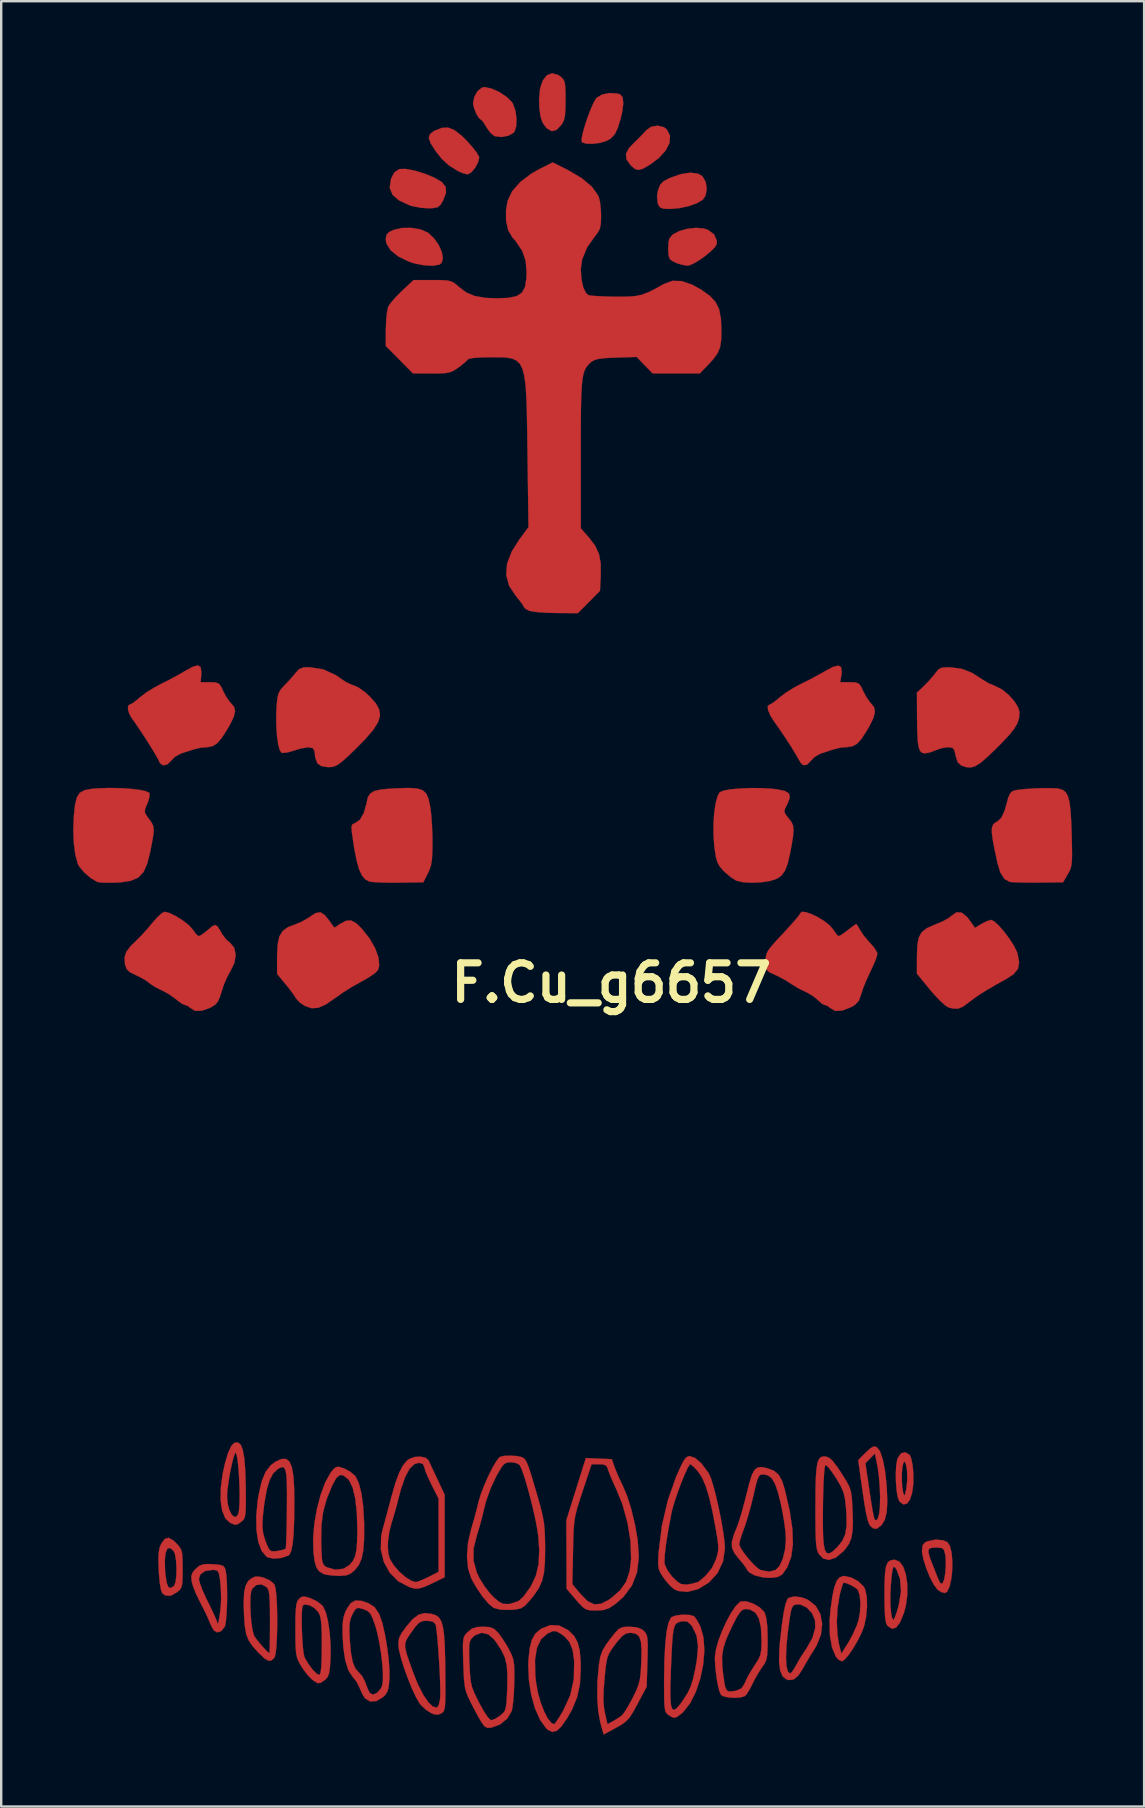
<source format=kicad_pcb>
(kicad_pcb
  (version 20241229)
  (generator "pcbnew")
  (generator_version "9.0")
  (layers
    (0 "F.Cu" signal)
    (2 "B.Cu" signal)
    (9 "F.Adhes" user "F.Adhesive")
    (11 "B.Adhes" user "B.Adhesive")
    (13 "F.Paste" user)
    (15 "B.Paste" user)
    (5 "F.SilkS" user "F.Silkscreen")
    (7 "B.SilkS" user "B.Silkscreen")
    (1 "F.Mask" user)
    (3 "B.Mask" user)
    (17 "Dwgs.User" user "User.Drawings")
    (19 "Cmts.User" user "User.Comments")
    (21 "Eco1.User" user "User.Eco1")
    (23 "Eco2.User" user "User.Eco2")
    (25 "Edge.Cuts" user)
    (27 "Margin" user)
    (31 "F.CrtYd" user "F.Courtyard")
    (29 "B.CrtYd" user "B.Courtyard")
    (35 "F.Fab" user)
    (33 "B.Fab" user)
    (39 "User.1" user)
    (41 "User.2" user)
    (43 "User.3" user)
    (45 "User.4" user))
  (footprint "F.Cu_g6657"
    (layer "F.Cu")
    (at 22.428 37.918)
    (property "Reference" "F.Cu_g6657" (at 0 0 0) (layer "F.SilkS") (effects (font (size 1.524 1.524) (thickness 0.3))))
    (attr through_hole)
    (fp_poly (pts (xy 2.201 -35.663) (xy 2.315 -35.575) (xy 2.449 -35.315) (xy 2.431 -35.017) (xy 2.272 -34.699) (xy 1.979 -34.378) (xy 1.615 -34.106) (xy 1.335 -33.943) (xy 1.141 -33.882) (xy 0.986 -33.924) (xy 0.824 -34.066) (xy 0.8 -34.091) (xy 0.636 -34.327) (xy 0.613 -34.55) (xy 0.736 -34.789) (xy 0.953 -35.018) (xy 1.18 -35.239) (xy 1.376 -35.445) (xy 1.46 -35.541) (xy 1.67 -35.688) (xy 1.941 -35.73) (xy 2.201 -35.663)) (stroke (width 0.01) (type solid)) (fill yes) (layer "F.Cu"))
    (fp_poly (pts (xy -7.952 -31.406) (xy -7.648 -31.276) (xy -7.625 -31.26) (xy -7.381 -31.028) (xy -7.19 -30.752) (xy -7.065 -30.468) (xy -7.019 -30.211) (xy -7.064 -30.019) (xy -7.161 -29.939) (xy -7.443 -29.891) (xy -7.815 -29.911) (xy -8.217 -29.992) (xy -8.441 -30.065) (xy -8.883 -30.282) (xy -9.198 -30.539) (xy -9.37 -30.818) (xy -9.398 -30.984) (xy -9.374 -31.17) (xy -9.27 -31.289) (xy -9.081 -31.383) (xy -8.738 -31.465) (xy -8.338 -31.47) (xy -7.952 -31.406)) (stroke (width 0.01) (type solid)) (fill yes) (layer "F.Cu"))
    (fp_poly (pts (xy 3.624 -33.728) (xy 3.8 -33.622) (xy 3.939 -33.386) (xy 3.982 -33.093) (xy 3.93 -32.814) (xy 3.818 -32.646) (xy 3.574 -32.499) (xy 3.22 -32.373) (xy 2.815 -32.288) (xy 2.44 -32.258) (xy 2.185 -32.269) (xy 2.045 -32.317) (xy 1.965 -32.426) (xy 1.944 -32.478) (xy 1.907 -32.795) (xy 1.951 -33.035) (xy 2.032 -33.255) (xy 2.163 -33.401) (xy 2.395 -33.529) (xy 2.439 -33.549) (xy 2.898 -33.71) (xy 3.302 -33.771) (xy 3.624 -33.728)) (stroke (width 0.01) (type solid)) (fill yes) (layer "F.Cu"))
    (fp_poly (pts (xy -8.209 -33.861) (xy -7.782 -33.73) (xy -7.39 -33.571) (xy -7.067 -33.385) (xy -6.902 -33.178) (xy -6.888 -32.926) (xy -7.005 -32.619) (xy -7.119 -32.426) (xy -7.24 -32.329) (xy -7.434 -32.292) (xy -7.586 -32.284) (xy -7.93 -32.305) (xy -8.297 -32.378) (xy -8.412 -32.414) (xy -8.844 -32.613) (xy -9.113 -32.845) (xy -9.225 -33.114) (xy -9.229 -33.179) (xy -9.178 -33.517) (xy -9.043 -33.777) (xy -8.844 -33.917) (xy -8.831 -33.921) (xy -8.573 -33.928) (xy -8.209 -33.861)) (stroke (width 0.01) (type solid)) (fill yes) (layer "F.Cu"))
    (fp_poly (pts (xy -2.214 -37.845) (xy -2.11 -37.773) (xy -2.014 -37.683) (xy -1.954 -37.576) (xy -1.921 -37.413) (xy -1.908 -37.155) (xy -1.905 -36.801) (xy -1.91 -36.405) (xy -1.931 -36.135) (xy -1.975 -35.949) (xy -2.049 -35.805) (xy -2.083 -35.757) (xy -2.288 -35.547) (xy -2.48 -35.501) (xy -2.677 -35.614) (xy -2.702 -35.637) (xy -2.855 -35.843) (xy -2.95 -36.114) (xy -2.997 -36.489) (xy -3.006 -36.845) (xy -2.965 -37.284) (xy -2.851 -37.619) (xy -2.679 -37.833) (xy -2.462 -37.913) (xy -2.214 -37.845)) (stroke (width 0.01) (type solid)) (fill yes) (layer "F.Cu"))
    (fp_poly (pts (xy 3.854 -31.445) (xy 4.04 -31.381) (xy 4.286 -31.198) (xy 4.392 -30.954) (xy 4.403 -30.813) (xy 4.335 -30.682) (xy 4.161 -30.502) (xy 3.92 -30.302) (xy 3.655 -30.114) (xy 3.406 -29.969) (xy 3.215 -29.897) (xy 3.179 -29.894) (xy 2.973 -29.927) (xy 2.752 -29.991) (xy 2.554 -30.083) (xy 2.435 -30.175) (xy 2.391 -30.333) (xy 2.374 -30.58) (xy 2.385 -30.839) (xy 2.423 -31.027) (xy 2.57 -31.198) (xy 2.835 -31.337) (xy 3.171 -31.431) (xy 3.526 -31.471) (xy 3.854 -31.445)) (stroke (width 0.01) (type solid)) (fill yes) (layer "F.Cu"))
    (fp_poly (pts (xy -6.535 -35.545) (xy -6.237 -35.311) (xy -6.025 -35.102) (xy -5.79 -34.841) (xy -5.611 -34.609) (xy -5.513 -34.443) (xy -5.504 -34.403) (xy -5.552 -34.2) (xy -5.672 -33.977) (xy -5.824 -33.793) (xy -5.968 -33.703) (xy -5.989 -33.701) (xy -6.166 -33.742) (xy -6.386 -33.837) (xy -6.392 -33.84) (xy -6.763 -34.072) (xy -7.064 -34.349) (xy -7.333 -34.69) (xy -7.529 -34.997) (xy -7.604 -35.216) (xy -7.559 -35.374) (xy -7.396 -35.502) (xy -7.37 -35.515) (xy -7.068 -35.636) (xy -6.801 -35.65) (xy -6.535 -35.545)) (stroke (width 0.01) (type solid)) (fill yes) (layer "F.Cu"))
    (fp_poly (pts (xy 0.261 -37.067) (xy 0.374 -37.033) (xy 0.477 -36.905) (xy 0.502 -36.64) (xy 0.447 -36.252) (xy 0.392 -36.022) (xy 0.271 -35.628) (xy 0.142 -35.365) (xy -0.02 -35.194) (xy -0.216 -35.087) (xy -0.477 -35.011) (xy -0.765 -34.974) (xy -1.024 -34.978) (xy -1.198 -35.025) (xy -1.23 -35.055) (xy -1.234 -35.184) (xy -1.185 -35.426) (xy -1.097 -35.739) (xy -0.983 -36.081) (xy -0.858 -36.411) (xy -0.736 -36.686) (xy -0.631 -36.865) (xy -0.618 -36.881) (xy -0.386 -37.026) (xy -0.07 -37.091) (xy 0.261 -37.067)) (stroke (width 0.01) (type solid)) (fill yes) (layer "F.Cu"))
    (fp_poly (pts (xy -4.998 -37.28) (xy -4.669 -37.132) (xy -4.361 -36.93) (xy -4.138 -36.709) (xy -4.094 -36.639) (xy -3.994 -36.356) (xy -3.949 -36.03) (xy -3.959 -35.723) (xy -4.026 -35.492) (xy -4.065 -35.438) (xy -4.286 -35.312) (xy -4.577 -35.257) (xy -4.847 -35.289) (xy -4.871 -35.299) (xy -5.021 -35.418) (xy -5.176 -35.622) (xy -5.208 -35.677) (xy -5.325 -35.869) (xy -5.417 -35.975) (xy -5.436 -35.983) (xy -5.522 -36.055) (xy -5.624 -36.228) (xy -5.711 -36.441) (xy -5.756 -36.633) (xy -5.757 -36.661) (xy -5.704 -36.939) (xy -5.569 -37.174) (xy -5.386 -37.317) (xy -5.287 -37.338) (xy -4.998 -37.28)) (stroke (width 0.01) (type solid)) (fill yes) (layer "F.Cu"))
    (fp_poly (pts (xy 12.438 19.675) (xy 12.449 19.688) (xy 12.507 19.834) (xy 12.559 20.094) (xy 12.592 20.414) (xy 12.593 20.429) (xy 12.594 20.88) (xy 12.544 21.255) (xy 12.453 21.537) (xy 12.329 21.705) (xy 12.182 21.743) (xy 12.021 21.63) (xy 12.015 21.623) (xy 11.946 21.454) (xy 11.896 21.167) (xy 11.867 20.813) (xy 11.866 20.734) (xy 12.113 20.734) (xy 12.132 21.037) (xy 12.169 21.251) (xy 12.207 21.357) (xy 12.241 21.337) (xy 12.282 21.175) (xy 12.304 21.059) (xy 12.339 20.713) (xy 12.331 20.35) (xy 12.321 20.262) (xy 12.274 20.03) (xy 12.224 19.956) (xy 12.186 19.988) (xy 12.141 20.149) (xy 12.116 20.418) (xy 12.113 20.734) (xy 11.866 20.734) (xy 11.86 20.442) (xy 11.879 20.104) (xy 11.924 19.851) (xy 11.939 19.809) (xy 12.08 19.612) (xy 12.258 19.565) (xy 12.438 19.675)) (stroke (width 0.01) (type solid)) (fill yes) (layer "F.Cu"))
    (fp_poly (pts (xy -8.088 -8.101) (xy -7.857 -8.027) (xy -7.708 -7.886) (xy -7.613 -7.661) (xy -7.545 -7.342) (xy -7.504 -7.02) (xy -7.473 -6.596) (xy -7.454 -6.135) (xy -7.451 -5.874) (xy -7.456 -5.437) (xy -7.475 -5.125) (xy -7.515 -4.893) (xy -7.582 -4.695) (xy -7.641 -4.569) (xy -7.832 -4.191) (xy -8.848 -4.177) (xy -9.265 -4.176) (xy -9.638 -4.185) (xy -9.923 -4.202) (xy -10.072 -4.222) (xy -10.242 -4.306) (xy -10.383 -4.465) (xy -10.504 -4.717) (xy -10.609 -5.081) (xy -10.707 -5.574) (xy -10.803 -6.217) (xy -10.813 -6.292) (xy -10.828 -6.509) (xy -10.781 -6.616) (xy -10.674 -6.663) (xy -10.477 -6.797) (xy -10.316 -7.073) (xy -10.204 -7.466) (xy -10.193 -7.53) (xy -10.142 -7.741) (xy -10.048 -7.891) (xy -9.885 -7.992) (xy -9.625 -8.055) (xy -9.241 -8.094) (xy -8.913 -8.111) (xy -8.431 -8.124) (xy -8.088 -8.101)) (stroke (width 0.01) (type solid)) (fill yes) (layer "F.Cu"))
    (fp_poly (pts (xy -11.946 -2.831) (xy -11.783 -2.631) (xy -11.542 -2.298) (xy -11.296 -2.461) (xy -11.046 -2.59) (xy -10.835 -2.599) (xy -10.62 -2.477) (xy -10.403 -2.265) (xy -10.078 -1.855) (xy -9.839 -1.44) (xy -9.7 -1.051) (xy -9.671 -0.717) (xy -9.725 -0.529) (xy -9.84 -0.414) (xy -10.064 -0.256) (xy -10.355 -0.085) (xy -10.432 -0.044) (xy -10.809 0.168) (xy -11.204 0.416) (xy -11.53 0.647) (xy -11.906 0.906) (xy -12.213 1.04) (xy -12.487 1.057) (xy -12.761 0.966) (xy -12.767 0.963) (xy -12.982 0.819) (xy -13.131 0.658) (xy -13.139 0.644) (xy -13.242 0.485) (xy -13.415 0.253) (xy -13.58 0.048) (xy -13.928 -0.37) (xy -13.928 -1.11) (xy -13.907 -1.588) (xy -13.834 -1.931) (xy -13.692 -2.167) (xy -13.466 -2.327) (xy -13.224 -2.417) (xy -12.916 -2.542) (xy -12.62 -2.711) (xy -12.576 -2.743) (xy -12.318 -2.91) (xy -12.124 -2.942) (xy -11.946 -2.831)) (stroke (width 0.01) (type solid)) (fill yes) (layer "F.Cu"))
    (fp_poly (pts (xy 18.596 -8.103) (xy 18.652 -8.094) (xy 18.817 -8.044) (xy 18.943 -7.947) (xy 19.036 -7.783) (xy 19.102 -7.53) (xy 19.146 -7.168) (xy 19.176 -6.674) (xy 19.192 -6.181) (xy 19.204 -5.678) (xy 19.208 -5.314) (xy 19.199 -5.055) (xy 19.175 -4.87) (xy 19.132 -4.728) (xy 19.068 -4.596) (xy 19.03 -4.53) (xy 18.833 -4.191) (xy 17.82 -4.18) (xy 17.405 -4.179) (xy 17.037 -4.184) (xy 16.757 -4.194) (xy 16.614 -4.207) (xy 16.391 -4.33) (xy 16.218 -4.603) (xy 16.099 -4.995) (xy 15.981 -5.547) (xy 15.903 -5.958) (xy 15.865 -6.252) (xy 15.867 -6.453) (xy 15.91 -6.585) (xy 15.992 -6.672) (xy 16.102 -6.732) (xy 16.254 -6.874) (xy 16.392 -7.161) (xy 16.519 -7.605) (xy 16.544 -7.716) (xy 16.633 -7.906) (xy 16.742 -8.001) (xy 16.925 -8.042) (xy 17.227 -8.077) (xy 17.596 -8.103) (xy 17.981 -8.117) (xy 18.331 -8.118) (xy 18.596 -8.103)) (stroke (width 0.01) (type solid)) (fill yes) (layer "F.Cu"))
    (fp_poly (pts (xy -20.48 -8.117) (xy -20.048 -8.091) (xy -19.678 -8.047) (xy -19.404 -7.99) (xy -19.258 -7.923) (xy -19.245 -7.904) (xy -19.248 -7.754) (xy -19.313 -7.529) (xy -19.345 -7.453) (xy -19.431 -7.246) (xy -19.441 -7.107) (xy -19.365 -6.962) (xy -19.262 -6.824) (xy -19.158 -6.679) (xy -19.095 -6.549) (xy -19.07 -6.396) (xy -19.084 -6.184) (xy -19.135 -5.878) (xy -19.217 -5.461) (xy -19.341 -4.967) (xy -19.498 -4.618) (xy -19.717 -4.388) (xy -20.024 -4.254) (xy -20.447 -4.189) (xy -20.634 -4.179) (xy -20.965 -4.173) (xy -21.24 -4.181) (xy -21.406 -4.201) (xy -21.421 -4.206) (xy -21.693 -4.367) (xy -21.964 -4.599) (xy -22.171 -4.845) (xy -22.231 -4.955) (xy -22.337 -5.33) (xy -22.402 -5.826) (xy -22.423 -6.4) (xy -22.397 -6.98) (xy -22.349 -7.425) (xy -22.276 -7.73) (xy -22.151 -7.922) (xy -21.95 -8.032) (xy -21.646 -8.088) (xy -21.401 -8.108) (xy -20.942 -8.124) (xy -20.48 -8.117)) (stroke (width 0.01) (type solid)) (fill yes) (layer "F.Cu"))
    (fp_poly (pts (xy 12.014 24.123) (xy 12.17 24.336) (xy 12.28 24.654) (xy 12.339 25.046) (xy 12.344 25.483) (xy 12.287 25.933) (xy 12.198 26.271) (xy 12.039 26.657) (xy 11.873 26.876) (xy 11.702 26.925) (xy 11.524 26.807) (xy 11.504 26.783) (xy 11.453 26.669) (xy 11.417 26.457) (xy 11.397 26.126) (xy 11.388 25.653) (xy 11.388 25.553) (xy 11.633 25.553) (xy 11.637 25.918) (xy 11.66 26.227) (xy 11.698 26.447) (xy 11.749 26.544) (xy 11.77 26.542) (xy 11.823 26.446) (xy 11.9 26.232) (xy 11.981 25.958) (xy 12.078 25.371) (xy 12.038 24.847) (xy 11.898 24.469) (xy 11.824 24.357) (xy 11.769 24.344) (xy 11.727 24.447) (xy 11.692 24.681) (xy 11.658 25.064) (xy 11.65 25.165) (xy 11.633 25.553) (xy 11.388 25.553) (xy 11.388 25.484) (xy 11.393 24.954) (xy 11.415 24.57) (xy 11.459 24.31) (xy 11.532 24.151) (xy 11.642 24.07) (xy 11.795 24.046) (xy 11.819 24.045) (xy 12.014 24.123)) (stroke (width 0.01) (type solid)) (fill yes) (layer "F.Cu"))
    (fp_poly (pts (xy 13.848 23.237) (xy 14.015 23.317) (xy 14.121 23.48) (xy 14.188 23.757) (xy 14.218 24.106) (xy 14.213 24.483) (xy 14.175 24.848) (xy 14.105 25.156) (xy 14.006 25.367) (xy 13.928 25.431) (xy 13.785 25.411) (xy 13.609 25.299) (xy 13.6 25.291) (xy 13.445 25.085) (xy 13.28 24.768) (xy 13.129 24.398) (xy 13.014 24.031) (xy 12.96 23.742) (xy 13.221 23.742) (xy 13.289 23.979) (xy 13.386 24.233) (xy 13.499 24.518) (xy 13.597 24.766) (xy 13.638 24.871) (xy 13.729 25.034) (xy 13.81 25.029) (xy 13.879 24.861) (xy 13.923 24.603) (xy 13.946 24.276) (xy 13.939 23.964) (xy 13.923 23.841) (xy 13.873 23.644) (xy 13.782 23.558) (xy 13.593 23.538) (xy 13.537 23.537) (xy 13.339 23.55) (xy 13.236 23.609) (xy 13.221 23.742) (xy 12.96 23.742) (xy 12.957 23.723) (xy 12.954 23.661) (xy 12.98 23.442) (xy 13.082 23.322) (xy 13.171 23.281) (xy 13.524 23.205) (xy 13.848 23.237)) (stroke (width 0.01) (type solid)) (fill yes) (layer "F.Cu"))
    (fp_poly (pts (xy 14.611 -2.926) (xy 14.837 -2.74) (xy 14.926 -2.626) (xy 15.162 -2.292) (xy 15.434 -2.458) (xy 15.647 -2.568) (xy 15.818 -2.623) (xy 15.836 -2.624) (xy 15.971 -2.557) (xy 16.162 -2.38) (xy 16.379 -2.129) (xy 16.595 -1.841) (xy 16.781 -1.552) (xy 16.909 -1.299) (xy 16.935 -1.222) (xy 17.002 -0.853) (xy 16.952 -0.58) (xy 16.766 -0.358) (xy 16.512 -0.191) (xy 16.025 0.083) (xy 15.656 0.299) (xy 15.373 0.474) (xy 15.146 0.63) (xy 14.942 0.785) (xy 14.916 0.806) (xy 14.659 0.993) (xy 14.455 1.075) (xy 14.237 1.069) (xy 14.059 1.026) (xy 13.92 0.938) (xy 13.71 0.748) (xy 13.462 0.486) (xy 13.297 0.294) (xy 12.742 -0.381) (xy 12.742 -1.105) (xy 12.758 -1.56) (xy 12.817 -1.883) (xy 12.942 -2.111) (xy 13.154 -2.278) (xy 13.473 -2.421) (xy 13.526 -2.441) (xy 13.819 -2.566) (xy 14.064 -2.701) (xy 14.181 -2.794) (xy 14.394 -2.943) (xy 14.611 -2.926)) (stroke (width 0.01) (type solid)) (fill yes) (layer "F.Cu"))
    (fp_poly (pts (xy 6.22 -8.118) (xy 6.655 -8.095) (xy 6.899 -8.069) (xy 7.231 -8.001) (xy 7.408 -7.895) (xy 7.444 -7.728) (xy 7.354 -7.478) (xy 7.317 -7.407) (xy 7.229 -7.227) (xy 7.222 -7.103) (xy 7.308 -6.964) (xy 7.401 -6.851) (xy 7.51 -6.708) (xy 7.575 -6.565) (xy 7.599 -6.388) (xy 7.583 -6.142) (xy 7.529 -5.793) (xy 7.459 -5.42) (xy 7.358 -4.98) (xy 7.242 -4.676) (xy 7.094 -4.472) (xy 6.91 -4.343) (xy 6.63 -4.249) (xy 6.257 -4.191) (xy 5.855 -4.172) (xy 5.487 -4.194) (xy 5.215 -4.26) (xy 5.207 -4.264) (xy 4.991 -4.4) (xy 4.749 -4.602) (xy 4.668 -4.682) (xy 4.524 -4.849) (xy 4.429 -5.017) (xy 4.365 -5.234) (xy 4.315 -5.552) (xy 4.296 -5.699) (xy 4.262 -6.16) (xy 4.262 -6.638) (xy 4.294 -7.096) (xy 4.353 -7.494) (xy 4.436 -7.794) (xy 4.523 -7.946) (xy 4.674 -8.012) (xy 4.957 -8.065) (xy 5.333 -8.101) (xy 5.767 -8.119) (xy 6.22 -8.118)) (stroke (width 0.01) (type solid)) (fill yes) (layer "F.Cu"))
    (fp_poly (pts (xy -18.256 23.237) (xy -18.11 23.377) (xy -17.995 23.51) (xy -17.923 23.638) (xy -17.884 23.805) (xy -17.868 24.053) (xy -17.865 24.426) (xy -17.865 24.429) (xy -17.867 24.802) (xy -17.882 25.045) (xy -17.917 25.198) (xy -17.983 25.301) (xy -18.088 25.394) (xy -18.088 25.394) (xy -18.361 25.546) (xy -18.587 25.538) (xy -18.714 25.439) (xy -18.77 25.291) (xy -18.818 25.008) (xy -18.854 24.624) (xy -18.862 24.482) (xy -18.875 24.058) (xy -18.875 24.049) (xy -18.608 24.049) (xy -18.599 24.468) (xy -18.584 24.644) (xy -18.534 24.992) (xy -18.464 25.183) (xy -18.367 25.228) (xy -18.232 25.141) (xy -18.22 25.129) (xy -18.162 24.983) (xy -18.129 24.725) (xy -18.122 24.41) (xy -18.139 24.094) (xy -18.18 23.831) (xy -18.237 23.686) (xy -18.382 23.556) (xy -18.496 23.581) (xy -18.573 23.749) (xy -18.608 24.049) (xy -18.875 24.049) (xy -18.865 23.761) (xy -18.828 23.548) (xy -18.762 23.384) (xy -18.615 23.18) (xy -18.453 23.131) (xy -18.256 23.237)) (stroke (width 0.01) (type solid)) (fill yes) (layer "F.Cu"))
    (fp_poly (pts (xy 11.054 19.346) (xy 11.071 19.356) (xy 11.202 19.524) (xy 11.315 19.847) (xy 11.407 20.308) (xy 11.474 20.894) (xy 11.485 21.048) (xy 11.508 21.622) (xy 11.483 22.056) (xy 11.408 22.37) (xy 11.279 22.587) (xy 11.256 22.611) (xy 11.079 22.75) (xy 10.935 22.749) (xy 10.81 22.652) (xy 10.749 22.559) (xy 10.69 22.394) (xy 10.63 22.138) (xy 10.563 21.771) (xy 10.487 21.273) (xy 10.403 20.677) (xy 10.314 20.024) (xy 10.595 20.024) (xy 10.757 21.124) (xy 10.835 21.642) (xy 10.896 22.011) (xy 10.945 22.249) (xy 10.989 22.376) (xy 11.032 22.409) (xy 11.081 22.368) (xy 11.118 22.31) (xy 11.168 22.134) (xy 11.199 21.826) (xy 11.207 21.424) (xy 11.206 21.372) (xy 11.189 20.953) (xy 11.152 20.529) (xy 11.105 20.178) (xy 11.092 20.112) (xy 10.99 19.621) (xy 10.792 19.822) (xy 10.595 20.024) (xy 10.314 20.024) (xy 10.296 19.89) (xy 10.61 19.577) (xy 10.809 19.394) (xy 10.943 19.324) (xy 11.054 19.346)) (stroke (width 0.01) (type solid)) (fill yes) (layer "F.Cu"))
    (fp_poly (pts (xy -12.003 -13.067) (xy -11.471 -12.821) (xy -11.304 -12.701) (xy -11.054 -12.536) (xy -10.801 -12.419) (xy -10.734 -12.4) (xy -10.528 -12.306) (xy -10.268 -12.119) (xy -10.062 -11.932) (xy -9.815 -11.654) (xy -9.672 -11.398) (xy -9.637 -11.143) (xy -9.717 -10.868) (xy -9.916 -10.552) (xy -10.24 -10.174) (xy -10.634 -9.773) (xy -10.979 -9.438) (xy -11.237 -9.209) (xy -11.438 -9.068) (xy -11.613 -9.001) (xy -11.795 -8.99) (xy -12.013 -9.021) (xy -12.078 -9.033) (xy -12.25 -9.149) (xy -12.343 -9.409) (xy -12.36 -9.631) (xy -12.428 -9.779) (xy -12.63 -9.823) (xy -12.965 -9.763) (xy -13.219 -9.682) (xy -13.475 -9.609) (xy -13.679 -9.583) (xy -13.74 -9.591) (xy -13.818 -9.702) (xy -13.883 -9.948) (xy -13.932 -10.295) (xy -13.96 -10.71) (xy -13.965 -11.159) (xy -13.949 -11.528) (xy -13.918 -11.855) (xy -13.867 -12.071) (xy -13.773 -12.235) (xy -13.621 -12.4) (xy -13.4 -12.632) (xy -13.199 -12.865) (xy -13.153 -12.924) (xy -13.003 -13.082) (xy -12.827 -13.149) (xy -12.602 -13.158) (xy -12.003 -13.067)) (stroke (width 0.01) (type solid)) (fill yes) (layer "F.Cu"))
    (fp_poly (pts (xy 14.164 -13.15) (xy 14.617 -13.088) (xy 15.038 -12.923) (xy 15.452 -12.656) (xy 15.716 -12.496) (xy 16.007 -12.371) (xy 16.016 -12.367) (xy 16.293 -12.226) (xy 16.571 -11.998) (xy 16.81 -11.728) (xy 16.972 -11.458) (xy 17.018 -11.268) (xy 16.999 -11.037) (xy 16.929 -10.819) (xy 16.791 -10.585) (xy 16.568 -10.309) (xy 16.241 -9.965) (xy 16.04 -9.764) (xy 15.675 -9.413) (xy 15.397 -9.174) (xy 15.176 -9.033) (xy 14.986 -8.976) (xy 14.798 -8.99) (xy 14.592 -9.059) (xy 14.443 -9.192) (xy 14.355 -9.46) (xy 14.352 -9.477) (xy 14.303 -9.697) (xy 14.225 -9.795) (xy 14.074 -9.82) (xy 14.026 -9.821) (xy 13.749 -9.779) (xy 13.516 -9.694) (xy 13.278 -9.602) (xy 13.073 -9.567) (xy 12.957 -9.589) (xy 12.872 -9.669) (xy 12.813 -9.83) (xy 12.776 -10.092) (xy 12.756 -10.478) (xy 12.748 -11.009) (xy 12.747 -11.066) (xy 12.742 -12.099) (xy 13.039 -12.379) (xy 13.263 -12.611) (xy 13.465 -12.848) (xy 13.514 -12.913) (xy 13.632 -13.058) (xy 13.759 -13.131) (xy 13.954 -13.153) (xy 14.164 -13.15)) (stroke (width 0.01) (type solid)) (fill yes) (layer "F.Cu"))
    (fp_poly (pts (xy 10.003 24.785) (xy 10.294 24.944) (xy 10.517 25.157) (xy 10.585 25.279) (xy 10.651 25.592) (xy 10.663 26) (xy 10.623 26.438) (xy 10.542 26.809) (xy 10.434 27.094) (xy 10.276 27.412) (xy 10.092 27.727) (xy 9.906 28.001) (xy 9.741 28.197) (xy 9.62 28.278) (xy 9.613 28.279) (xy 9.476 28.213) (xy 9.365 28.088) (xy 9.201 27.701) (xy 9.112 27.186) (xy 9.103 26.634) (xy 9.403 26.634) (xy 9.429 27.182) (xy 9.495 27.573) (xy 9.592 27.959) (xy 9.879 27.505) (xy 10.064 27.169) (xy 10.228 26.799) (xy 10.3 26.594) (xy 10.368 26.243) (xy 10.387 25.87) (xy 10.358 25.537) (xy 10.282 25.308) (xy 10.177 25.213) (xy 10.001 25.11) (xy 9.818 25.029) (xy 9.693 25.002) (xy 9.676 25.009) (xy 9.634 25.109) (xy 9.571 25.324) (xy 9.516 25.544) (xy 9.433 26.064) (xy 9.403 26.634) (xy 9.103 26.634) (xy 9.102 26.572) (xy 9.144 26.085) (xy 9.22 25.555) (xy 9.303 25.174) (xy 9.399 24.922) (xy 9.519 24.779) (xy 9.669 24.725) (xy 9.711 24.723) (xy 10.003 24.785)) (stroke (width 0.01) (type solid)) (fill yes) (layer "F.Cu"))
    (fp_poly (pts (xy 9.583 -13.154) (xy 9.609 -12.959) (xy 9.592 -12.822) (xy 9.545 -12.531) (xy 9.942 -12.531) (xy 10.187 -12.522) (xy 10.328 -12.466) (xy 10.428 -12.323) (xy 10.5 -12.166) (xy 10.637 -11.907) (xy 10.786 -11.695) (xy 10.834 -11.644) (xy 10.961 -11.481) (xy 10.992 -11.285) (xy 10.924 -11.028) (xy 10.751 -10.681) (xy 10.65 -10.509) (xy 10.435 -10.177) (xy 10.252 -9.971) (xy 10.063 -9.863) (xy 9.831 -9.825) (xy 9.743 -9.822) (xy 9.516 -9.795) (xy 9.193 -9.711) (xy 8.747 -9.562) (xy 8.693 -9.543) (xy 8.469 -9.411) (xy 8.323 -9.258) (xy 8.16 -9.092) (xy 8.001 -9.075) (xy 7.902 -9.165) (xy 7.813 -9.313) (xy 7.706 -9.5) (xy 7.508 -9.831) (xy 7.246 -10.236) (xy 6.961 -10.653) (xy 6.795 -10.886) (xy 6.625 -11.157) (xy 6.533 -11.387) (xy 6.526 -11.546) (xy 6.604 -11.599) (xy 6.71 -11.652) (xy 6.89 -11.787) (xy 7.013 -11.893) (xy 7.267 -12.087) (xy 7.598 -12.295) (xy 7.881 -12.445) (xy 8.257 -12.633) (xy 8.663 -12.851) (xy 8.922 -12.999) (xy 9.251 -13.171) (xy 9.467 -13.224) (xy 9.583 -13.154)) (stroke (width 0.01) (type solid)) (fill yes) (layer "F.Cu"))
    (fp_poly (pts (xy -15.547 19.161) (xy -15.438 19.262) (xy -15.355 19.478) (xy -15.294 19.822) (xy -15.256 20.306) (xy -15.236 20.945) (xy -15.235 21.078) (xy -15.231 21.558) (xy -15.234 21.898) (xy -15.248 22.127) (xy -15.276 22.273) (xy -15.321 22.367) (xy -15.388 22.436) (xy -15.41 22.454) (xy -15.569 22.569) (xy -15.692 22.587) (xy -15.869 22.515) (xy -15.89 22.505) (xy -16.087 22.32) (xy -16.218 22) (xy -16.282 21.569) (xy -16.279 21.39) (xy -16.014 21.39) (xy -15.99 21.698) (xy -15.921 21.963) (xy -15.824 22.159) (xy -15.714 22.259) (xy -15.609 22.238) (xy -15.545 22.133) (xy -15.513 21.966) (xy -15.495 21.698) (xy -15.49 21.358) (xy -15.497 20.98) (xy -15.514 20.593) (xy -15.539 20.229) (xy -15.571 19.92) (xy -15.608 19.697) (xy -15.648 19.59) (xy -15.677 19.6) (xy -15.74 19.769) (xy -15.814 20.056) (xy -15.887 20.412) (xy -15.951 20.788) (xy -15.997 21.135) (xy -16.014 21.39) (xy -16.279 21.39) (xy -16.275 21.048) (xy -16.197 20.461) (xy -16.102 20.032) (xy -15.969 19.589) (xy -15.838 19.304) (xy -15.701 19.165) (xy -15.551 19.16) (xy -15.547 19.161)) (stroke (width 0.01) (type solid)) (fill yes) (layer "F.Cu"))
    (fp_poly (pts (xy -17.117 -13.163) (xy -17.083 -12.967) (xy -17.09 -12.825) (xy -17.116 -12.531) (xy -16.725 -12.531) (xy -16.482 -12.521) (xy -16.344 -12.464) (xy -16.245 -12.317) (xy -16.179 -12.171) (xy -16.043 -11.911) (xy -15.89 -11.697) (xy -15.844 -11.65) (xy -15.716 -11.497) (xy -15.678 -11.322) (xy -15.732 -11.093) (xy -15.884 -10.779) (xy -16.005 -10.568) (xy -16.232 -10.214) (xy -16.424 -9.988) (xy -16.612 -9.867) (xy -16.829 -9.823) (xy -16.901 -9.821) (xy -17.127 -9.799) (xy -17.428 -9.725) (xy -17.84 -9.591) (xy -17.977 -9.543) (xy -18.201 -9.411) (xy -18.347 -9.258) (xy -18.508 -9.103) (xy -18.679 -9.068) (xy -18.809 -9.158) (xy -18.833 -9.213) (xy -18.899 -9.347) (xy -19.038 -9.586) (xy -19.224 -9.89) (xy -19.437 -10.225) (xy -19.651 -10.552) (xy -19.844 -10.836) (xy -19.978 -11.02) (xy -20.094 -11.223) (xy -20.147 -11.421) (xy -20.13 -11.562) (xy -20.066 -11.599) (xy -19.96 -11.652) (xy -19.78 -11.787) (xy -19.653 -11.896) (xy -19.396 -12.093) (xy -19.063 -12.302) (xy -18.785 -12.45) (xy -18.409 -12.639) (xy -18.005 -12.859) (xy -17.751 -13.008) (xy -17.435 -13.179) (xy -17.229 -13.232) (xy -17.117 -13.163)) (stroke (width 0.01) (type solid)) (fill yes) (layer "F.Cu"))
    (fp_poly (pts (xy 7.947 25.616) (xy 8.205 25.718) (xy 8.52 25.966) (xy 8.717 26.31) (xy 8.792 26.72) (xy 8.742 27.166) (xy 8.561 27.618) (xy 8.485 27.746) (xy 8.285 28.066) (xy 8.082 28.41) (xy 8.005 28.551) (xy 7.802 28.869) (xy 7.608 29.034) (xy 7.404 29.062) (xy 7.308 29.035) (xy 7.142 28.906) (xy 7.039 28.66) (xy 6.995 28.283) (xy 7 28.094) (xy 7.284 28.094) (xy 7.302 28.464) (xy 7.359 28.7) (xy 7.454 28.787) (xy 7.458 28.787) (xy 7.537 28.718) (xy 7.652 28.544) (xy 7.71 28.437) (xy 7.878 28.141) (xy 8.078 27.829) (xy 8.134 27.749) (xy 8.385 27.312) (xy 8.503 26.888) (xy 8.495 26.577) (xy 8.37 26.275) (xy 8.153 26.041) (xy 7.89 25.917) (xy 7.8 25.908) (xy 7.681 25.915) (xy 7.595 25.953) (xy 7.532 26.049) (xy 7.481 26.23) (xy 7.432 26.523) (xy 7.375 26.954) (xy 7.368 27.009) (xy 7.306 27.604) (xy 7.284 28.094) (xy 7 28.094) (xy 7.008 27.764) (xy 7.032 27.48) (xy 7.109 26.79) (xy 7.185 26.265) (xy 7.263 25.9) (xy 7.343 25.69) (xy 7.387 25.639) (xy 7.631 25.574) (xy 7.947 25.616)) (stroke (width 0.01) (type solid)) (fill yes) (layer "F.Cu"))
    (fp_poly (pts (xy -16.619 24.232) (xy -16.341 24.254) (xy -16.186 24.297) (xy -16.108 24.381) (xy -16.077 24.469) (xy -16.042 24.693) (xy -16.019 25.025) (xy -16.011 25.423) (xy -16.014 25.841) (xy -16.03 26.238) (xy -16.057 26.569) (xy -16.094 26.792) (xy -16.111 26.839) (xy -16.259 27.023) (xy -16.426 27.076) (xy -16.567 26.991) (xy -16.653 26.842) (xy -16.753 26.619) (xy -16.766 26.585) (xy -16.868 26.352) (xy -17.018 26.044) (xy -17.155 25.781) (xy -17.308 25.466) (xy -17.43 25.16) (xy -17.486 24.96) (xy -17.495 24.852) (xy -17.187 24.852) (xy -17.15 25.015) (xy -17.05 25.283) (xy -16.905 25.613) (xy -16.806 25.814) (xy -16.643 26.146) (xy -16.513 26.429) (xy -16.433 26.623) (xy -16.416 26.683) (xy -16.398 26.723) (xy -16.369 26.634) (xy -16.335 26.451) (xy -16.302 26.214) (xy -16.276 25.959) (xy -16.262 25.726) (xy -16.261 25.687) (xy -16.27 25.333) (xy -16.297 24.967) (xy -16.31 24.861) (xy -16.352 24.622) (xy -16.413 24.507) (xy -16.529 24.471) (xy -16.612 24.469) (xy -16.931 24.518) (xy -17.128 24.659) (xy -17.187 24.852) (xy -17.495 24.852) (xy -17.505 24.724) (xy -17.434 24.552) (xy -17.323 24.427) (xy -17.172 24.299) (xy -17.013 24.238) (xy -16.78 24.225) (xy -16.619 24.232)) (stroke (width 0.01) (type solid)) (fill yes) (layer "F.Cu"))
    (fp_poly (pts (xy -2.168 26.788) (xy -1.806 26.975) (xy -1.758 27.012) (xy -1.544 27.23) (xy -1.4 27.49) (xy -1.314 27.827) (xy -1.275 28.277) (xy -1.27 28.578) (xy -1.305 29.221) (xy -1.421 29.771) (xy -1.635 30.294) (xy -1.837 30.649) (xy -2.072 30.99) (xy -2.273 31.179) (xy -2.456 31.224) (xy -2.641 31.134) (xy -2.713 31.069) (xy -2.965 30.723) (xy -3.175 30.249) (xy -3.334 29.684) (xy -3.432 29.067) (xy -3.459 28.436) (xy -3.45 28.231) (xy -3.178 28.231) (xy -3.164 28.873) (xy -3.132 29.172) (xy -3.055 29.594) (xy -2.938 30.006) (xy -2.796 30.374) (xy -2.643 30.666) (xy -2.493 30.851) (xy -2.379 30.9) (xy -2.315 30.831) (xy -2.192 30.65) (xy -2.036 30.395) (xy -2.008 30.347) (xy -1.71 29.702) (xy -1.559 29.022) (xy -1.545 28.27) (xy -1.547 28.25) (xy -1.609 27.805) (xy -1.738 27.481) (xy -1.955 27.237) (xy -2.138 27.11) (xy -2.303 27.025) (xy -2.437 27.023) (xy -2.622 27.106) (xy -2.661 27.126) (xy -2.927 27.361) (xy -3.099 27.728) (xy -3.178 28.231) (xy -3.45 28.231) (xy -3.449 28.201) (xy -3.397 27.724) (xy -3.307 27.38) (xy -3.167 27.133) (xy -2.96 26.949) (xy -2.918 26.922) (xy -2.539 26.77) (xy -2.168 26.788)) (stroke (width 0.01) (type solid)) (fill yes) (layer "F.Cu"))
    (fp_poly (pts (xy -13.413 19.953) (xy -13.312 20.191) (xy -13.247 20.566) (xy -13.215 21.09) (xy -13.208 21.59) (xy -13.215 22.333) (xy -13.237 22.918) (xy -13.275 23.354) (xy -13.331 23.653) (xy -13.404 23.825) (xy -13.453 23.869) (xy -13.758 23.973) (xy -14.071 24) (xy -14.324 23.944) (xy -14.366 23.92) (xy -14.571 23.679) (xy -14.713 23.302) (xy -14.789 22.809) (xy -14.791 22.65) (xy -14.541 22.65) (xy -14.509 22.94) (xy -14.431 23.219) (xy -14.354 23.417) (xy -14.258 23.616) (xy -14.154 23.694) (xy -13.98 23.689) (xy -13.917 23.679) (xy -13.706 23.637) (xy -13.581 23.597) (xy -13.573 23.592) (xy -13.56 23.499) (xy -13.548 23.264) (xy -13.536 22.913) (xy -13.527 22.474) (xy -13.52 21.972) (xy -13.52 21.942) (xy -13.516 21.324) (xy -13.522 20.859) (xy -13.541 20.53) (xy -13.578 20.318) (xy -13.636 20.209) (xy -13.719 20.183) (xy -13.831 20.226) (xy -13.911 20.275) (xy -14.093 20.449) (xy -14.238 20.721) (xy -14.355 21.113) (xy -14.451 21.646) (xy -14.477 21.833) (xy -14.528 22.299) (xy -14.541 22.65) (xy -14.791 22.65) (xy -14.797 22.222) (xy -14.734 21.562) (xy -14.693 21.313) (xy -14.571 20.782) (xy -14.411 20.391) (xy -14.199 20.113) (xy -13.99 19.957) (xy -13.747 19.847) (xy -13.556 19.842) (xy -13.413 19.953)) (stroke (width 0.01) (type solid)) (fill yes) (layer "F.Cu"))
    (fp_poly (pts (xy -14.476 24.798) (xy -14.235 24.907) (xy -14.06 25.051) (xy -14.036 25.085) (xy -13.991 25.251) (xy -13.957 25.544) (xy -13.935 25.927) (xy -13.924 26.365) (xy -13.924 26.823) (xy -13.935 27.263) (xy -13.956 27.65) (xy -13.989 27.948) (xy -14.033 28.121) (xy -14.044 28.138) (xy -14.167 28.248) (xy -14.297 28.255) (xy -14.466 28.149) (xy -14.704 27.919) (xy -14.951 27.646) (xy -15.115 27.404) (xy -15.216 27.144) (xy -15.273 26.814) (xy -15.306 26.366) (xy -15.306 26.364) (xy -15.32 25.914) (xy -15.045 25.914) (xy -15.031 26.294) (xy -14.999 26.671) (xy -14.952 26.99) (xy -14.894 27.198) (xy -14.89 27.207) (xy -14.797 27.346) (xy -14.647 27.535) (xy -14.479 27.727) (xy -14.334 27.877) (xy -14.251 27.94) (xy -14.25 27.94) (xy -14.241 27.86) (xy -14.233 27.64) (xy -14.228 27.308) (xy -14.225 26.893) (xy -14.224 26.634) (xy -14.227 26.119) (xy -14.236 25.747) (xy -14.255 25.492) (xy -14.286 25.327) (xy -14.332 25.226) (xy -14.362 25.19) (xy -14.575 25.074) (xy -14.795 25.101) (xy -14.964 25.258) (xy -15.006 25.358) (xy -15.038 25.583) (xy -15.045 25.914) (xy -15.32 25.914) (xy -15.322 25.821) (xy -15.303 25.42) (xy -15.243 25.134) (xy -15.138 24.941) (xy -15.021 24.837) (xy -14.85 24.752) (xy -14.671 24.749) (xy -14.476 24.798)) (stroke (width 0.01) (type solid)) (fill yes) (layer "F.Cu"))
    (fp_poly (pts (xy -0.516 19.831) (xy 0.026 19.854) (xy 0.143 20.193) (xy 0.255 20.478) (xy 0.404 20.804) (xy 0.468 20.932) (xy 0.657 21.373) (xy 0.835 21.938) (xy 0.989 22.58) (xy 1.1 23.207) (xy 1.151 23.942) (xy 1.074 24.575) (xy 0.863 25.12) (xy 0.513 25.59) (xy 0.182 25.884) (xy -0.079 26.059) (xy -0.316 26.141) (xy -0.622 26.162) (xy -0.635 26.162) (xy -0.877 26.156) (xy -1.045 26.118) (xy -1.19 26.02) (xy -1.367 25.834) (xy -1.475 25.708) (xy -1.863 25.255) (xy -1.863 25.066) (xy -1.62 25.066) (xy -1.268 25.487) (xy -0.979 25.775) (xy -0.709 25.905) (xy -0.424 25.882) (xy -0.094 25.71) (xy -0.014 25.655) (xy 0.369 25.323) (xy 0.623 24.959) (xy 0.769 24.52) (xy 0.827 24.018) (xy 0.805 23.286) (xy 0.678 22.499) (xy 0.462 21.722) (xy 0.215 21.115) (xy 0.068 20.795) (xy -0.054 20.507) (xy -0.127 20.307) (xy -0.132 20.287) (xy -0.196 20.138) (xy -0.323 20.076) (xy -0.504 20.066) (xy -0.82 20.066) (xy -1.193 21.188) (xy -1.331 21.609) (xy -1.431 21.937) (xy -1.499 22.216) (xy -1.542 22.49) (xy -1.567 22.804) (xy -1.582 23.201) (xy -1.593 23.688) (xy -1.62 25.066) (xy -1.863 25.066) (xy -1.866 23.825) (xy -1.87 22.394) (xy -1.058 19.807) (xy -0.516 19.831)) (stroke (width 0.01) (type solid)) (fill yes) (layer "F.Cu"))
    (fp_poly (pts (xy -18.413 -2.911) (xy -18.138 -2.775) (xy -17.847 -2.591) (xy -17.595 -2.392) (xy -17.436 -2.213) (xy -17.309 -2.038) (xy -17.205 -1.95) (xy -17.192 -1.947) (xy -17.084 -1.999) (xy -16.904 -2.131) (xy -16.802 -2.216) (xy -16.623 -2.366) (xy -16.505 -2.414) (xy -16.406 -2.346) (xy -16.284 -2.15) (xy -16.215 -2.023) (xy -16.05 -1.809) (xy -15.879 -1.662) (xy -15.712 -1.459) (xy -15.654 -1.169) (xy -15.706 -0.836) (xy -15.867 -0.502) (xy -15.869 -0.499) (xy -16.014 -0.236) (xy -16.153 0.093) (xy -16.209 0.261) (xy -16.307 0.577) (xy -16.393 0.775) (xy -16.499 0.901) (xy -16.655 1.003) (xy -16.739 1.047) (xy -17.069 1.165) (xy -17.346 1.165) (xy -17.526 1.058) (xy -17.669 0.951) (xy -17.745 0.931) (xy -17.875 0.879) (xy -18.065 0.748) (xy -18.137 0.687) (xy -18.407 0.49) (xy -18.708 0.322) (xy -18.753 0.302) (xy -19.01 0.174) (xy -19.224 0.033) (xy -19.261 0.002) (xy -19.441 -0.128) (xy -19.701 -0.269) (xy -19.822 -0.325) (xy -20.067 -0.447) (xy -20.198 -0.574) (xy -20.263 -0.757) (xy -20.27 -0.795) (xy -20.287 -1.062) (xy -20.211 -1.297) (xy -20.023 -1.543) (xy -19.823 -1.736) (xy -19.6 -1.957) (xy -19.338 -2.245) (xy -19.132 -2.492) (xy -18.927 -2.726) (xy -18.745 -2.894) (xy -18.624 -2.963) (xy -18.62 -2.963) (xy -18.413 -2.911)) (stroke (width 0.01) (type solid)) (fill yes) (layer "F.Cu"))
    (fp_poly (pts (xy 3.239 26.343) (xy 3.436 26.393) (xy 3.446 26.398) (xy 3.539 26.509) (xy 3.659 26.718) (xy 3.719 26.842) (xy 3.846 27.287) (xy 3.882 27.82) (xy 3.835 28.4) (xy 3.715 28.988) (xy 3.53 29.543) (xy 3.29 30.024) (xy 3.003 30.392) (xy 2.91 30.474) (xy 2.728 30.606) (xy 2.605 30.636) (xy 2.468 30.571) (xy 2.39 30.518) (xy 2.318 30.46) (xy 2.268 30.385) (xy 2.235 30.266) (xy 2.215 30.075) (xy 2.206 29.784) (xy 2.205 29.741) (xy 2.464 29.741) (xy 2.485 30.068) (xy 2.532 30.253) (xy 2.611 30.308) (xy 2.725 30.241) (xy 2.879 30.061) (xy 3.025 29.855) (xy 3.187 29.593) (xy 3.31 29.334) (xy 3.407 29.031) (xy 3.495 28.641) (xy 3.568 28.231) (xy 3.618 27.668) (xy 3.557 27.211) (xy 3.38 26.836) (xy 3.317 26.753) (xy 3.166 26.622) (xy 2.976 26.608) (xy 2.904 26.622) (xy 2.795 26.653) (xy 2.711 26.704) (xy 2.648 26.798) (xy 2.601 26.956) (xy 2.565 27.199) (xy 2.538 27.548) (xy 2.513 28.024) (xy 2.487 28.629) (xy 2.466 29.265) (xy 2.464 29.741) (xy 2.205 29.741) (xy 2.203 29.368) (xy 2.203 29.057) (xy 2.216 28.224) (xy 2.252 27.543) (xy 2.311 27.019) (xy 2.392 26.655) (xy 2.495 26.455) (xy 2.515 26.437) (xy 2.699 26.369) (xy 2.967 26.336) (xy 3.239 26.343)) (stroke (width 0.01) (type solid)) (fill yes) (layer "F.Cu"))
    (fp_poly (pts (xy -7.731 19.799) (xy -7.619 19.897) (xy -7.557 20.029) (xy -7.444 20.27) (xy -7.301 20.575) (xy -7.251 20.681) (xy -6.943 21.339) (xy -6.943 24.776) (xy -7.26 24.93) (xy -7.62 25.101) (xy -7.869 25.205) (xy -8.048 25.251) (xy -8.197 25.248) (xy -8.358 25.206) (xy -8.413 25.187) (xy -8.874 24.945) (xy -9.234 24.584) (xy -9.482 24.132) (xy -9.605 23.615) (xy -9.6 23.453) (xy -9.313 23.453) (xy -9.295 23.776) (xy -9.224 24.019) (xy -9.073 24.267) (xy -9.057 24.289) (xy -8.825 24.556) (xy -8.56 24.783) (xy -8.309 24.933) (xy -8.146 24.976) (xy -8.014 24.94) (xy -7.791 24.847) (xy -7.617 24.764) (xy -7.197 24.55) (xy -7.197 21.501) (xy -7.493 20.913) (xy -7.635 20.615) (xy -7.74 20.364) (xy -7.788 20.207) (xy -7.789 20.192) (xy -7.855 20.05) (xy -8.018 20.006) (xy -8.206 20.062) (xy -8.407 20.256) (xy -8.596 20.611) (xy -8.771 21.121) (xy -8.849 21.421) (xy -8.949 21.81) (xy -9.061 22.208) (xy -9.157 22.513) (xy -9.25 22.881) (xy -9.306 23.286) (xy -9.313 23.453) (xy -9.6 23.453) (xy -9.59 23.059) (xy -9.528 22.775) (xy -9.446 22.484) (xy -9.341 22.094) (xy -9.227 21.668) (xy -9.174 21.463) (xy -9.006 20.873) (xy -8.845 20.431) (xy -8.682 20.117) (xy -8.507 19.909) (xy -8.429 19.85) (xy -8.204 19.763) (xy -7.949 19.747) (xy -7.731 19.799)) (stroke (width 0.01) (type solid)) (fill yes) (layer "F.Cu"))
    (fp_poly (pts (xy 8.949 19.743) (xy 9.083 19.794) (xy 9.233 19.93) (xy 9.421 20.176) (xy 9.591 20.433) (xy 9.787 20.743) (xy 9.912 20.974) (xy 9.986 21.183) (xy 10.026 21.426) (xy 10.049 21.76) (xy 10.057 21.928) (xy 10.074 22.456) (xy 10.059 22.851) (xy 10.006 23.151) (xy 9.907 23.391) (xy 9.752 23.606) (xy 9.661 23.707) (xy 9.356 23.96) (xy 9.075 24.055) (xy 8.83 23.993) (xy 8.659 23.816) (xy 8.608 23.72) (xy 8.569 23.594) (xy 8.542 23.413) (xy 8.525 23.155) (xy 8.515 22.793) (xy 8.512 22.477) (xy 8.82 22.477) (xy 8.829 23.006) (xy 8.856 23.39) (xy 8.906 23.639) (xy 8.983 23.766) (xy 9.09 23.782) (xy 9.233 23.698) (xy 9.416 23.526) (xy 9.448 23.493) (xy 9.636 23.251) (xy 9.754 22.98) (xy 9.808 22.642) (xy 9.807 22.199) (xy 9.787 21.902) (xy 9.746 21.526) (xy 9.682 21.244) (xy 9.57 20.983) (xy 9.386 20.666) (xy 9.374 20.646) (xy 9.197 20.382) (xy 9.046 20.189) (xy 8.947 20.1) (xy 8.932 20.098) (xy 8.901 20.189) (xy 8.874 20.435) (xy 8.851 20.818) (xy 8.834 21.324) (xy 8.825 21.79) (xy 8.82 22.477) (xy 8.512 22.477) (xy 8.511 22.304) (xy 8.511 21.848) (xy 8.514 21.185) (xy 8.526 20.673) (xy 8.551 20.294) (xy 8.591 20.029) (xy 8.651 19.86) (xy 8.735 19.77) (xy 8.847 19.739) (xy 8.949 19.743)) (stroke (width 0.01) (type solid)) (fill yes) (layer "F.Cu"))
    (fp_poly (pts (xy -12.592 25.631) (xy -12.517 25.657) (xy -12.258 25.784) (xy -12.049 25.948) (xy -12.011 25.993) (xy -11.898 26.237) (xy -11.805 26.61) (xy -11.737 27.072) (xy -11.699 27.582) (xy -11.698 28.1) (xy -11.702 28.184) (xy -11.727 28.547) (xy -11.763 28.782) (xy -11.82 28.931) (xy -11.911 29.035) (xy -11.933 29.054) (xy -12.104 29.175) (xy -12.233 29.192) (xy -12.392 29.1) (xy -12.477 29.034) (xy -12.651 28.857) (xy -12.844 28.603) (xy -12.933 28.463) (xy -13.028 28.292) (xy -13.093 28.137) (xy -13.133 27.959) (xy -13.155 27.722) (xy -13.164 27.389) (xy -13.166 26.949) (xy -13.164 26.635) (xy -12.902 26.635) (xy -12.894 27.009) (xy -12.876 27.387) (xy -12.85 27.727) (xy -12.816 27.989) (xy -12.78 28.124) (xy -12.621 28.393) (xy -12.445 28.628) (xy -12.284 28.792) (xy -12.171 28.849) (xy -12.163 28.847) (xy -12.119 28.763) (xy -12.088 28.537) (xy -12.071 28.162) (xy -12.065 27.632) (xy -12.068 27.139) (xy -12.08 26.784) (xy -12.105 26.537) (xy -12.144 26.366) (xy -12.202 26.241) (xy -12.214 26.223) (xy -12.376 26.056) (xy -12.58 25.944) (xy -12.766 25.912) (xy -12.852 25.948) (xy -12.882 26.063) (xy -12.899 26.306) (xy -12.902 26.635) (xy -13.164 26.635) (xy -13.163 26.479) (xy -13.151 26.149) (xy -13.128 25.929) (xy -13.089 25.788) (xy -13.032 25.697) (xy -13.017 25.681) (xy -12.908 25.593) (xy -12.788 25.578) (xy -12.592 25.631)) (stroke (width 0.01) (type solid)) (fill yes) (layer "F.Cu"))
    (fp_poly (pts (xy -11.158 20.231) (xy -11.127 20.243) (xy -10.876 20.378) (xy -10.675 20.55) (xy -10.656 20.574) (xy -10.52 20.856) (xy -10.412 21.284) (xy -10.338 21.836) (xy -10.301 22.49) (xy -10.299 22.606) (xy -10.302 23.201) (xy -10.336 23.657) (xy -10.406 24) (xy -10.518 24.261) (xy -10.678 24.465) (xy -10.679 24.467) (xy -10.863 24.624) (xy -11.048 24.699) (xy -11.311 24.718) (xy -11.373 24.717) (xy -11.662 24.701) (xy -11.903 24.665) (xy -11.983 24.642) (xy -12.166 24.536) (xy -12.287 24.372) (xy -12.364 24.112) (xy -12.412 23.74) (xy -12.424 23.259) (xy -12.091 23.259) (xy -12.089 23.337) (xy -12.077 23.742) (xy -12.059 24.01) (xy -12.029 24.176) (xy -11.979 24.273) (xy -11.901 24.334) (xy -11.853 24.359) (xy -11.495 24.464) (xy -11.156 24.419) (xy -10.902 24.256) (xy -10.769 24.094) (xy -10.677 23.898) (xy -10.621 23.635) (xy -10.592 23.271) (xy -10.583 22.772) (xy -10.583 22.751) (xy -10.606 22.065) (xy -10.672 21.492) (xy -10.777 21.047) (xy -10.92 20.748) (xy -10.972 20.686) (xy -11.16 20.534) (xy -11.313 20.514) (xy -11.456 20.636) (xy -11.61 20.91) (xy -11.642 20.976) (xy -11.866 21.528) (xy -12.008 22.052) (xy -12.079 22.608) (xy -12.091 23.259) (xy -12.424 23.259) (xy -12.426 23.168) (xy -12.376 22.552) (xy -12.269 21.931) (xy -12.115 21.345) (xy -11.924 20.831) (xy -11.704 20.428) (xy -11.591 20.285) (xy -11.477 20.186) (xy -11.356 20.17) (xy -11.158 20.231)) (stroke (width 0.01) (type solid)) (fill yes) (layer "F.Cu"))
    (fp_poly (pts (xy 1.08 26.865) (xy 1.29 26.955) (xy 1.363 27.017) (xy 1.436 27.102) (xy 1.485 27.205) (xy 1.512 27.358) (xy 1.522 27.593) (xy 1.518 27.943) (xy 1.509 28.266) (xy 1.478 29.337) (xy 1.099 30.052) (xy 0.911 30.395) (xy 0.76 30.628) (xy 0.607 30.791) (xy 0.416 30.927) (xy 0.202 31.048) (xy -0.316 31.329) (xy -0.454 30.836) (xy -0.543 30.359) (xy -0.575 29.9) (xy -0.326 29.9) (xy -0.302 30.215) (xy -0.263 30.431) (xy -0.158 30.902) (xy 0.069 30.777) (xy 0.284 30.648) (xy 0.435 30.543) (xy 0.537 30.419) (xy 0.684 30.186) (xy 0.85 29.889) (xy 0.895 29.802) (xy 1.042 29.502) (xy 1.138 29.259) (xy 1.197 29.017) (xy 1.23 28.721) (xy 1.252 28.316) (xy 1.254 28.276) (xy 1.263 27.801) (xy 1.238 27.47) (xy 1.17 27.258) (xy 1.048 27.142) (xy 0.863 27.097) (xy 0.766 27.093) (xy 0.611 27.123) (xy 0.457 27.23) (xy 0.266 27.443) (xy 0.169 27.569) (xy 0.013 27.782) (xy -0.093 27.957) (xy -0.163 28.138) (xy -0.211 28.37) (xy -0.25 28.696) (xy -0.279 29.003) (xy -0.318 29.511) (xy -0.326 29.9) (xy -0.575 29.9) (xy -0.584 29.767) (xy -0.575 29.109) (xy -0.514 28.433) (xy -0.514 28.432) (xy -0.459 28.105) (xy -0.373 27.85) (xy -0.226 27.598) (xy -0.046 27.352) (xy 0.158 27.093) (xy 0.305 26.94) (xy 0.44 26.866) (xy 0.607 26.841) (xy 0.767 26.839) (xy 1.08 26.865)) (stroke (width 0.01) (type solid)) (fill yes) (layer "F.Cu"))
    (fp_poly (pts (xy 8.101 -2.95) (xy 8.334 -2.873) (xy 8.599 -2.746) (xy 8.862 -2.586) (xy 9.088 -2.411) (xy 9.243 -2.237) (xy 9.252 -2.223) (xy 9.373 -2.044) (xy 9.466 -1.951) (xy 9.479 -1.947) (xy 9.578 -1.996) (xy 9.757 -2.119) (xy 9.864 -2.201) (xy 10.055 -2.349) (xy 10.184 -2.441) (xy 10.212 -2.455) (xy 10.266 -2.389) (xy 10.359 -2.226) (xy 10.371 -2.203) (xy 10.513 -1.986) (xy 10.716 -1.74) (xy 10.796 -1.655) (xy 10.97 -1.453) (xy 11.077 -1.273) (xy 11.093 -1.209) (xy 11.057 -1.064) (xy 10.961 -0.818) (xy 10.825 -0.52) (xy 10.799 -0.466) (xy 10.64 -0.123) (xy 10.502 0.215) (xy 10.415 0.478) (xy 10.413 0.487) (xy 10.318 0.748) (xy 10.159 0.917) (xy 9.991 1.016) (xy 9.625 1.156) (xy 9.336 1.169) (xy 9.144 1.058) (xy 9 0.951) (xy 8.921 0.931) (xy 8.787 0.872) (xy 8.629 0.73) (xy 8.629 0.729) (xy 8.438 0.568) (xy 8.178 0.412) (xy 8.1 0.375) (xy 7.806 0.23) (xy 7.526 0.061) (xy 7.476 0.026) (xy 7.224 -0.133) (xy 6.919 -0.292) (xy 6.82 -0.337) (xy 6.59 -0.444) (xy 6.477 -0.546) (xy 6.439 -0.702) (xy 6.435 -0.894) (xy 6.441 -1.065) (xy 6.471 -1.208) (xy 6.546 -1.355) (xy 6.684 -1.536) (xy 6.904 -1.784) (xy 7.154 -2.051) (xy 7.429 -2.349) (xy 7.656 -2.605) (xy 7.812 -2.793) (xy 7.874 -2.887) (xy 7.874 -2.89) (xy 7.937 -2.961) (xy 8.101 -2.95)) (stroke (width 0.01) (type solid)) (fill yes) (layer "F.Cu"))
    (fp_poly (pts (xy -10.414 25.758) (xy -10.111 25.863) (xy -9.863 26.023) (xy -9.683 26.29) (xy -9.656 26.35) (xy -9.542 26.687) (xy -9.436 27.141) (xy -9.345 27.657) (xy -9.278 28.184) (xy -9.243 28.667) (xy -9.245 29.012) (xy -9.275 29.332) (xy -9.327 29.537) (xy -9.42 29.683) (xy -9.513 29.772) (xy -9.79 29.936) (xy -10.049 29.955) (xy -10.261 29.825) (xy -10.262 29.824) (xy -10.378 29.64) (xy -10.483 29.4) (xy -10.486 29.39) (xy -10.614 29.131) (xy -10.786 28.915) (xy -10.957 28.658) (xy -11.085 28.249) (xy -11.168 27.702) (xy -11.201 27.118) (xy -11.199 26.954) (xy -10.916 26.954) (xy -10.902 27.329) (xy -10.898 27.387) (xy -10.85 27.918) (xy -10.777 28.305) (xy -10.67 28.572) (xy -10.524 28.743) (xy -10.501 28.761) (xy -10.371 28.913) (xy -10.256 29.144) (xy -10.24 29.189) (xy -10.153 29.422) (xy -10.069 29.591) (xy -10.055 29.61) (xy -9.924 29.666) (xy -9.762 29.595) (xy -9.611 29.425) (xy -9.554 29.311) (xy -9.518 29.095) (xy -9.517 28.756) (xy -9.548 28.334) (xy -9.605 27.871) (xy -9.684 27.408) (xy -9.78 26.986) (xy -9.848 26.757) (xy -9.957 26.457) (xy -10.053 26.277) (xy -10.169 26.174) (xy -10.329 26.107) (xy -10.523 26.054) (xy -10.636 26.082) (xy -10.734 26.219) (xy -10.785 26.316) (xy -10.863 26.496) (xy -10.905 26.692) (xy -10.916 26.954) (xy -11.199 26.954) (xy -11.198 26.735) (xy -11.164 26.459) (xy -11.087 26.227) (xy -11.024 26.099) (xy -10.859 25.855) (xy -10.668 25.745) (xy -10.414 25.758)) (stroke (width 0.01) (type solid)) (fill yes) (layer "F.Cu"))
    (fp_poly (pts (xy -7.469 26.305) (xy -7.308 26.36) (xy -7.182 26.453) (xy -7.087 26.602) (xy -7.018 26.828) (xy -6.971 27.15) (xy -6.941 27.588) (xy -6.924 28.16) (xy -6.916 28.69) (xy -6.912 29.257) (xy -6.912 29.678) (xy -6.919 29.978) (xy -6.935 30.179) (xy -6.961 30.306) (xy -7.001 30.383) (xy -7.056 30.433) (xy -7.07 30.442) (xy -7.222 30.508) (xy -7.393 30.484) (xy -7.503 30.441) (xy -7.73 30.296) (xy -7.948 30.086) (xy -7.981 30.044) (xy -8.126 29.799) (xy -8.296 29.439) (xy -8.471 29.01) (xy -8.633 28.562) (xy -8.764 28.142) (xy -8.847 27.799) (xy -8.863 27.686) (xy -8.869 27.555) (xy -8.592 27.555) (xy -8.586 27.727) (xy -8.531 27.957) (xy -8.424 28.28) (xy -8.264 28.726) (xy -8.247 28.773) (xy -8.049 29.262) (xy -7.839 29.67) (xy -7.631 29.978) (xy -7.438 30.164) (xy -7.276 30.21) (xy -7.264 30.206) (xy -7.19 30.104) (xy -7.139 29.88) (xy -7.128 29.765) (xy -7.124 29.523) (xy -7.132 29.172) (xy -7.149 28.749) (xy -7.175 28.29) (xy -7.205 27.831) (xy -7.239 27.409) (xy -7.273 27.059) (xy -7.305 26.817) (xy -7.325 26.733) (xy -7.44 26.622) (xy -7.681 26.588) (xy -7.693 26.589) (xy -7.87 26.605) (xy -8.008 26.671) (xy -8.15 26.819) (xy -8.327 27.061) (xy -8.461 27.255) (xy -8.55 27.409) (xy -8.592 27.555) (xy -8.869 27.555) (xy -8.872 27.465) (xy -8.834 27.285) (xy -8.728 27.089) (xy -8.548 26.839) (xy -8.274 26.517) (xy -8.027 26.334) (xy -7.77 26.269) (xy -7.469 26.305)) (stroke (width 0.01) (type solid)) (fill yes) (layer "F.Cu"))
    (fp_poly (pts (xy 5.92 25.875) (xy 6.185 26.029) (xy 6.373 26.215) (xy 6.396 26.253) (xy 6.466 26.484) (xy 6.507 26.853) (xy 6.519 27.356) (xy 6.516 27.756) (xy 6.501 28.029) (xy 6.465 28.217) (xy 6.402 28.361) (xy 6.304 28.502) (xy 6.141 28.748) (xy 5.967 29.058) (xy 5.887 29.221) (xy 5.756 29.474) (xy 5.635 29.664) (xy 5.573 29.729) (xy 5.389 29.786) (xy 5.129 29.802) (xy 4.859 29.782) (xy 4.647 29.728) (xy 4.577 29.681) (xy 4.508 29.524) (xy 4.44 29.246) (xy 4.381 28.892) (xy 4.338 28.51) (xy 4.32 28.147) (xy 4.32 28.124) (xy 4.323 28.095) (xy 4.619 28.095) (xy 4.63 28.496) (xy 4.656 28.737) (xy 4.706 29.122) (xy 4.755 29.366) (xy 4.82 29.496) (xy 4.924 29.541) (xy 5.086 29.526) (xy 5.225 29.499) (xy 5.432 29.406) (xy 5.563 29.202) (xy 5.578 29.163) (xy 5.685 28.932) (xy 5.85 28.643) (xy 5.973 28.453) (xy 6.126 28.217) (xy 6.213 28.021) (xy 6.254 27.799) (xy 6.265 27.488) (xy 6.265 27.389) (xy 6.239 26.868) (xy 6.154 26.494) (xy 6.007 26.252) (xy 5.791 26.128) (xy 5.759 26.12) (xy 5.605 26.099) (xy 5.481 26.129) (xy 5.366 26.236) (xy 5.234 26.443) (xy 5.063 26.773) (xy 5.008 26.884) (xy 4.797 27.348) (xy 4.671 27.733) (xy 4.619 28.095) (xy 4.323 28.095) (xy 4.357 27.819) (xy 4.46 27.445) (xy 4.611 27.038) (xy 4.793 26.634) (xy 4.99 26.271) (xy 5.184 25.984) (xy 5.357 25.811) (xy 5.414 25.782) (xy 5.641 25.782) (xy 5.92 25.875)) (stroke (width 0.01) (type solid)) (fill yes) (layer "F.Cu"))
    (fp_poly (pts (xy 6.477 20.224) (xy 6.506 20.232) (xy 6.785 20.338) (xy 6.981 20.505) (xy 7.125 20.769) (xy 7.236 21.127) (xy 7.439 22.01) (xy 7.551 22.763) (xy 7.572 23.397) (xy 7.502 23.924) (xy 7.339 24.358) (xy 7.131 24.659) (xy 6.946 24.761) (xy 6.659 24.803) (xy 6.325 24.784) (xy 6.003 24.703) (xy 5.948 24.681) (xy 5.765 24.582) (xy 5.675 24.495) (xy 5.673 24.485) (xy 5.621 24.385) (xy 5.485 24.203) (xy 5.325 24.013) (xy 5.132 23.766) (xy 5.034 23.545) (xy 5.03 23.402) (xy 5.334 23.402) (xy 5.39 23.549) (xy 5.534 23.768) (xy 5.729 24.015) (xy 5.94 24.246) (xy 6.129 24.416) (xy 6.223 24.473) (xy 6.574 24.544) (xy 6.853 24.471) (xy 7.018 24.3) (xy 7.153 24.002) (xy 7.245 23.619) (xy 7.281 23.192) (xy 7.281 23.176) (xy 7.261 22.866) (xy 7.207 22.456) (xy 7.13 22.006) (xy 7.07 21.717) (xy 6.946 21.222) (xy 6.823 20.873) (xy 6.69 20.65) (xy 6.531 20.529) (xy 6.335 20.49) (xy 6.312 20.489) (xy 6.224 20.504) (xy 6.154 20.568) (xy 6.091 20.71) (xy 6.022 20.959) (xy 5.933 21.345) (xy 5.93 21.357) (xy 5.825 21.791) (xy 5.704 22.227) (xy 5.587 22.599) (xy 5.536 22.74) (xy 5.431 23.03) (xy 5.358 23.272) (xy 5.334 23.402) (xy 5.03 23.402) (xy 5.028 23.303) (xy 5.112 22.997) (xy 5.243 22.673) (xy 5.325 22.444) (xy 5.431 22.099) (xy 5.544 21.687) (xy 5.64 21.308) (xy 5.76 20.834) (xy 5.864 20.507) (xy 5.972 20.303) (xy 6.098 20.202) (xy 6.261 20.183) (xy 6.477 20.224)) (stroke (width 0.01) (type solid)) (fill yes) (layer "F.Cu"))
    (fp_poly (pts (xy -5.072 26.854) (xy -4.894 26.92) (xy -4.736 27.066) (xy -4.702 27.105) (xy -4.531 27.339) (xy -4.344 27.638) (xy -4.251 27.804) (xy -4.15 28.011) (xy -4.085 28.197) (xy -4.05 28.408) (xy -4.037 28.69) (xy -4.04 29.089) (xy -4.041 29.155) (xy -4.056 29.565) (xy -4.085 29.941) (xy -4.122 30.233) (xy -4.151 30.36) (xy -4.336 30.67) (xy -4.639 30.912) (xy -4.984 31.041) (xy -5.165 31.055) (xy -5.291 30.982) (xy -5.416 30.807) (xy -5.547 30.581) (xy -5.712 30.273) (xy -5.863 29.979) (xy -5.976 29.741) (xy -6.054 29.535) (xy -6.105 29.317) (xy -6.136 29.046) (xy -6.156 28.678) (xy -6.167 28.355) (xy -6.179 27.91) (xy -6.18 27.887) (xy -5.925 27.887) (xy -5.914 28.262) (xy -5.91 28.376) (xy -5.889 28.792) (xy -5.86 29.094) (xy -5.808 29.336) (xy -5.719 29.575) (xy -5.58 29.863) (xy -5.502 30.016) (xy -5.306 30.37) (xy -5.142 30.615) (xy -5.023 30.728) (xy -5.001 30.734) (xy -4.85 30.683) (xy -4.653 30.56) (xy -4.62 30.535) (xy -4.513 30.443) (xy -4.441 30.348) (xy -4.395 30.214) (xy -4.367 30.007) (xy -4.348 29.692) (xy -4.335 29.366) (xy -4.327 28.849) (xy -4.355 28.45) (xy -4.435 28.122) (xy -4.578 27.815) (xy -4.799 27.481) (xy -4.882 27.369) (xy -5.126 27.153) (xy -5.398 27.092) (xy -5.668 27.189) (xy -5.768 27.273) (xy -5.847 27.365) (xy -5.896 27.474) (xy -5.921 27.636) (xy -5.925 27.887) (xy -6.18 27.887) (xy -6.182 27.601) (xy -6.169 27.395) (xy -6.137 27.26) (xy -6.08 27.162) (xy -5.994 27.068) (xy -5.983 27.057) (xy -5.801 26.915) (xy -5.585 26.851) (xy -5.345 26.839) (xy -5.072 26.854)) (stroke (width 0.01) (type solid)) (fill yes) (layer "F.Cu"))
    (fp_poly (pts (xy 3.502 19.806) (xy 3.758 20.032) (xy 4.028 20.391) (xy 4.076 20.466) (xy 4.163 20.668) (xy 4.265 20.999) (xy 4.374 21.422) (xy 4.482 21.897) (xy 4.581 22.388) (xy 4.662 22.854) (xy 4.717 23.259) (xy 4.739 23.565) (xy 4.739 23.58) (xy 4.658 24.12) (xy 4.432 24.601) (xy 4.077 24.994) (xy 3.622 25.269) (xy 3.179 25.386) (xy 2.79 25.349) (xy 2.637 25.283) (xy 2.474 25.149) (xy 2.281 24.932) (xy 2.183 24.8) (xy 2.06 24.609) (xy 1.988 24.45) (xy 1.958 24.271) (xy 1.959 24.144) (xy 2.22 24.144) (xy 2.233 24.245) (xy 2.344 24.487) (xy 2.535 24.746) (xy 2.754 24.96) (xy 2.913 25.058) (xy 3.121 25.082) (xy 3.343 25.05) (xy 3.525 24.999) (xy 3.615 24.977) (xy 3.616 24.977) (xy 3.685 24.926) (xy 3.837 24.798) (xy 3.929 24.719) (xy 4.195 24.395) (xy 4.364 24.035) (xy 4.427 23.825) (xy 4.459 23.644) (xy 4.458 23.441) (xy 4.425 23.168) (xy 4.363 22.79) (xy 4.222 22.047) (xy 4.085 21.455) (xy 3.945 20.992) (xy 3.795 20.642) (xy 3.63 20.384) (xy 3.599 20.346) (xy 3.433 20.171) (xy 3.314 20.073) (xy 3.28 20.066) (xy 3.187 20.217) (xy 3.061 20.489) (xy 2.918 20.838) (xy 2.775 21.225) (xy 2.646 21.606) (xy 2.548 21.939) (xy 2.511 22.098) (xy 2.377 22.804) (xy 2.284 23.388) (xy 2.231 23.839) (xy 2.22 24.144) (xy 1.959 24.144) (xy 1.959 24.019) (xy 1.978 23.707) (xy 2.112 22.63) (xy 2.358 21.572) (xy 2.702 20.594) (xy 2.72 20.553) (xy 2.885 20.18) (xy 3.008 19.937) (xy 3.106 19.799) (xy 3.198 19.739) (xy 3.277 19.727) (xy 3.502 19.806)) (stroke (width 0.01) (type solid)) (fill yes) (layer "F.Cu"))
    (fp_poly (pts (xy -3.956 19.722) (xy -3.753 19.761) (xy -3.671 19.796) (xy -3.599 19.86) (xy -3.529 19.974) (xy -3.452 20.161) (xy -3.356 20.444) (xy -3.235 20.845) (xy -3.079 21.378) (xy -2.946 21.852) (xy -2.856 22.222) (xy -2.8 22.546) (xy -2.771 22.883) (xy -2.759 23.289) (xy -2.756 23.58) (xy -2.764 24.14) (xy -2.801 24.573) (xy -2.881 24.92) (xy -3.014 25.222) (xy -3.215 25.521) (xy -3.423 25.775) (xy -3.602 25.966) (xy -3.763 26.07) (xy -3.974 26.118) (xy -4.204 26.136) (xy -4.615 26.128) (xy -4.898 26.052) (xy -4.912 26.044) (xy -5.121 25.87) (xy -5.366 25.579) (xy -5.617 25.21) (xy -5.831 24.832) (xy -5.967 24.412) (xy -5.995 24.092) (xy -5.74 24.092) (xy -5.601 24.588) (xy -5.491 24.818) (xy -5.291 25.14) (xy -5.053 25.449) (xy -4.887 25.623) (xy -4.671 25.803) (xy -4.502 25.884) (xy -4.312 25.893) (xy -4.209 25.882) (xy -3.87 25.771) (xy -3.67 25.597) (xy -3.352 25.156) (xy -3.141 24.71) (xy -3.027 24.221) (xy -3.001 23.65) (xy -3.042 23.06) (xy -3.091 22.728) (xy -3.172 22.315) (xy -3.276 21.856) (xy -3.394 21.386) (xy -3.516 20.94) (xy -3.634 20.553) (xy -3.738 20.261) (xy -3.819 20.097) (xy -3.823 20.093) (xy -3.967 20.015) (xy -4.186 19.981) (xy -4.194 19.981) (xy -4.338 19.993) (xy -4.45 20.047) (xy -4.562 20.175) (xy -4.702 20.406) (xy -4.807 20.595) (xy -5.035 21.085) (xy -5.222 21.619) (xy -5.288 21.875) (xy -5.383 22.272) (xy -5.493 22.677) (xy -5.594 23.005) (xy -5.596 23.01) (xy -5.738 23.58) (xy -5.74 24.092) (xy -5.995 24.092) (xy -6.013 23.895) (xy -5.97 23.329) (xy -5.838 22.765) (xy -5.724 22.379) (xy -5.606 21.939) (xy -5.532 21.632) (xy -5.442 21.33) (xy -5.306 20.972) (xy -5.142 20.598) (xy -4.97 20.25) (xy -4.808 19.967) (xy -4.675 19.789) (xy -4.639 19.759) (xy -4.48 19.718) (xy -4.227 19.706) (xy -3.956 19.722)) (stroke (width 0.01) (type solid)) (fill yes) (layer "F.Cu"))
    (fp_poly (pts (xy -1.791 -33.872) (xy -1.226 -33.538) (xy -0.809 -33.186) (xy -0.55 -32.825) (xy -0.513 -32.739) (xy -0.465 -32.526) (xy -0.432 -32.22) (xy -0.423 -31.959) (xy -0.433 -31.642) (xy -0.475 -31.43) (xy -0.569 -31.259) (xy -0.666 -31.139) (xy -1.01 -30.651) (xy -1.215 -30.148) (xy -1.27 -29.743) (xy -1.241 -29.323) (xy -1.163 -28.98) (xy -1.047 -28.746) (xy -0.937 -28.661) (xy -0.791 -28.64) (xy -0.517 -28.622) (xy -0.157 -28.608) (xy 0.184 -28.601) (xy 0.64 -28.602) (xy 0.985 -28.624) (xy 1.274 -28.682) (xy 1.559 -28.79) (xy 1.895 -28.961) (xy 2.201 -29.134) (xy 2.554 -29.262) (xy 2.938 -29.252) (xy 3.375 -29.101) (xy 3.741 -28.898) (xy 4.103 -28.642) (xy 4.347 -28.384) (xy 4.496 -28.08) (xy 4.571 -27.688) (xy 4.592 -27.245) (xy 4.586 -26.816) (xy 4.539 -26.499) (xy 4.43 -26.24) (xy 4.24 -25.981) (xy 4.036 -25.76) (xy 3.69 -25.4) (xy 1.728 -25.4) (xy 1.393 -25.745) (xy 1.058 -26.09) (xy 0.199 -26.062) (xy -0.213 -26.044) (xy -0.494 -26.015) (xy -0.68 -25.969) (xy -0.809 -25.899) (xy -0.85 -25.866) (xy -0.954 -25.766) (xy -1.04 -25.661) (xy -1.108 -25.533) (xy -1.162 -25.364) (xy -1.202 -25.139) (xy -1.231 -24.84) (xy -1.25 -24.449) (xy -1.262 -23.95) (xy -1.268 -23.326) (xy -1.27 -22.559) (xy -1.27 -22.05) (xy -1.27 -18.949) (xy -0.936 -18.569) (xy -0.671 -18.222) (xy -0.511 -17.877) (xy -0.438 -17.48) (xy -0.437 -16.978) (xy -0.437 -16.97) (xy -0.469 -16.343) (xy -0.93 -15.876) (xy -1.391 -15.409) (xy -2.283 -15.416) (xy -2.681 -15.427) (xy -3.037 -15.45) (xy -3.304 -15.483) (xy -3.408 -15.508) (xy -3.574 -15.59) (xy -3.641 -15.665) (xy -3.692 -15.764) (xy -3.826 -15.944) (xy -3.969 -16.117) (xy -4.254 -16.547) (xy -4.378 -16.998) (xy -4.341 -17.476) (xy -4.142 -17.989) (xy -3.84 -18.465) (xy -3.449 -18.996) (xy -3.491 -22.092) (xy -3.503 -23.016) (xy -3.517 -23.785) (xy -3.538 -24.414) (xy -3.572 -24.915) (xy -3.625 -25.305) (xy -3.702 -25.596) (xy -3.808 -25.803) (xy -3.95 -25.94) (xy -4.133 -26.022) (xy -4.363 -26.063) (xy -4.646 -26.077) (xy -4.987 -26.077) (xy -5.081 -26.077) (xy -5.481 -26.068) (xy -5.78 -26.043) (xy -5.948 -26.005) (xy -5.972 -25.987) (xy -6.07 -25.887) (xy -6.255 -25.735) (xy -6.371 -25.648) (xy -6.548 -25.529) (xy -6.709 -25.456) (xy -6.904 -25.417) (xy -7.182 -25.402) (xy -7.487 -25.4) (xy -8.26 -25.4) (xy -9.398 -26.547) (xy -9.394 -27.265) (xy -9.381 -27.625) (xy -9.348 -27.942) (xy -9.302 -28.162) (xy -9.288 -28.197) (xy -9.177 -28.359) (xy -8.979 -28.587) (xy -8.735 -28.832) (xy -8.712 -28.853) (xy -8.239 -29.295) (xy -7.453 -29.295) (xy -7.082 -29.292) (xy -6.835 -29.277) (xy -6.666 -29.237) (xy -6.53 -29.161) (xy -6.38 -29.036) (xy -6.345 -29.004) (xy -6.036 -28.775) (xy -5.685 -28.629) (xy -5.252 -28.553) (xy -4.768 -28.533) (xy -4.284 -28.552) (xy -3.942 -28.625) (xy -3.72 -28.771) (xy -3.592 -29.013) (xy -3.536 -29.371) (xy -3.527 -29.628) (xy -3.567 -30.099) (xy -3.711 -30.511) (xy -3.981 -30.915) (xy -4.134 -31.092) (xy -4.298 -31.38) (xy -4.384 -31.771) (xy -4.386 -32.218) (xy -4.319 -32.597) (xy -4.132 -32.993) (xy -3.796 -33.377) (xy -3.331 -33.731) (xy -2.967 -33.936) (xy -2.44 -34.199) (xy -1.791 -33.872)) (stroke (width 0.01) (type solid)) (fill yes) (layer "F.Cu")))
  (gr_rect
    (start -3 -3)
    (end 44.64 72.252)
    (stroke (width 0.1) (type default))
    (fill no)
    (layer "Edge.Cuts")))
</source>
